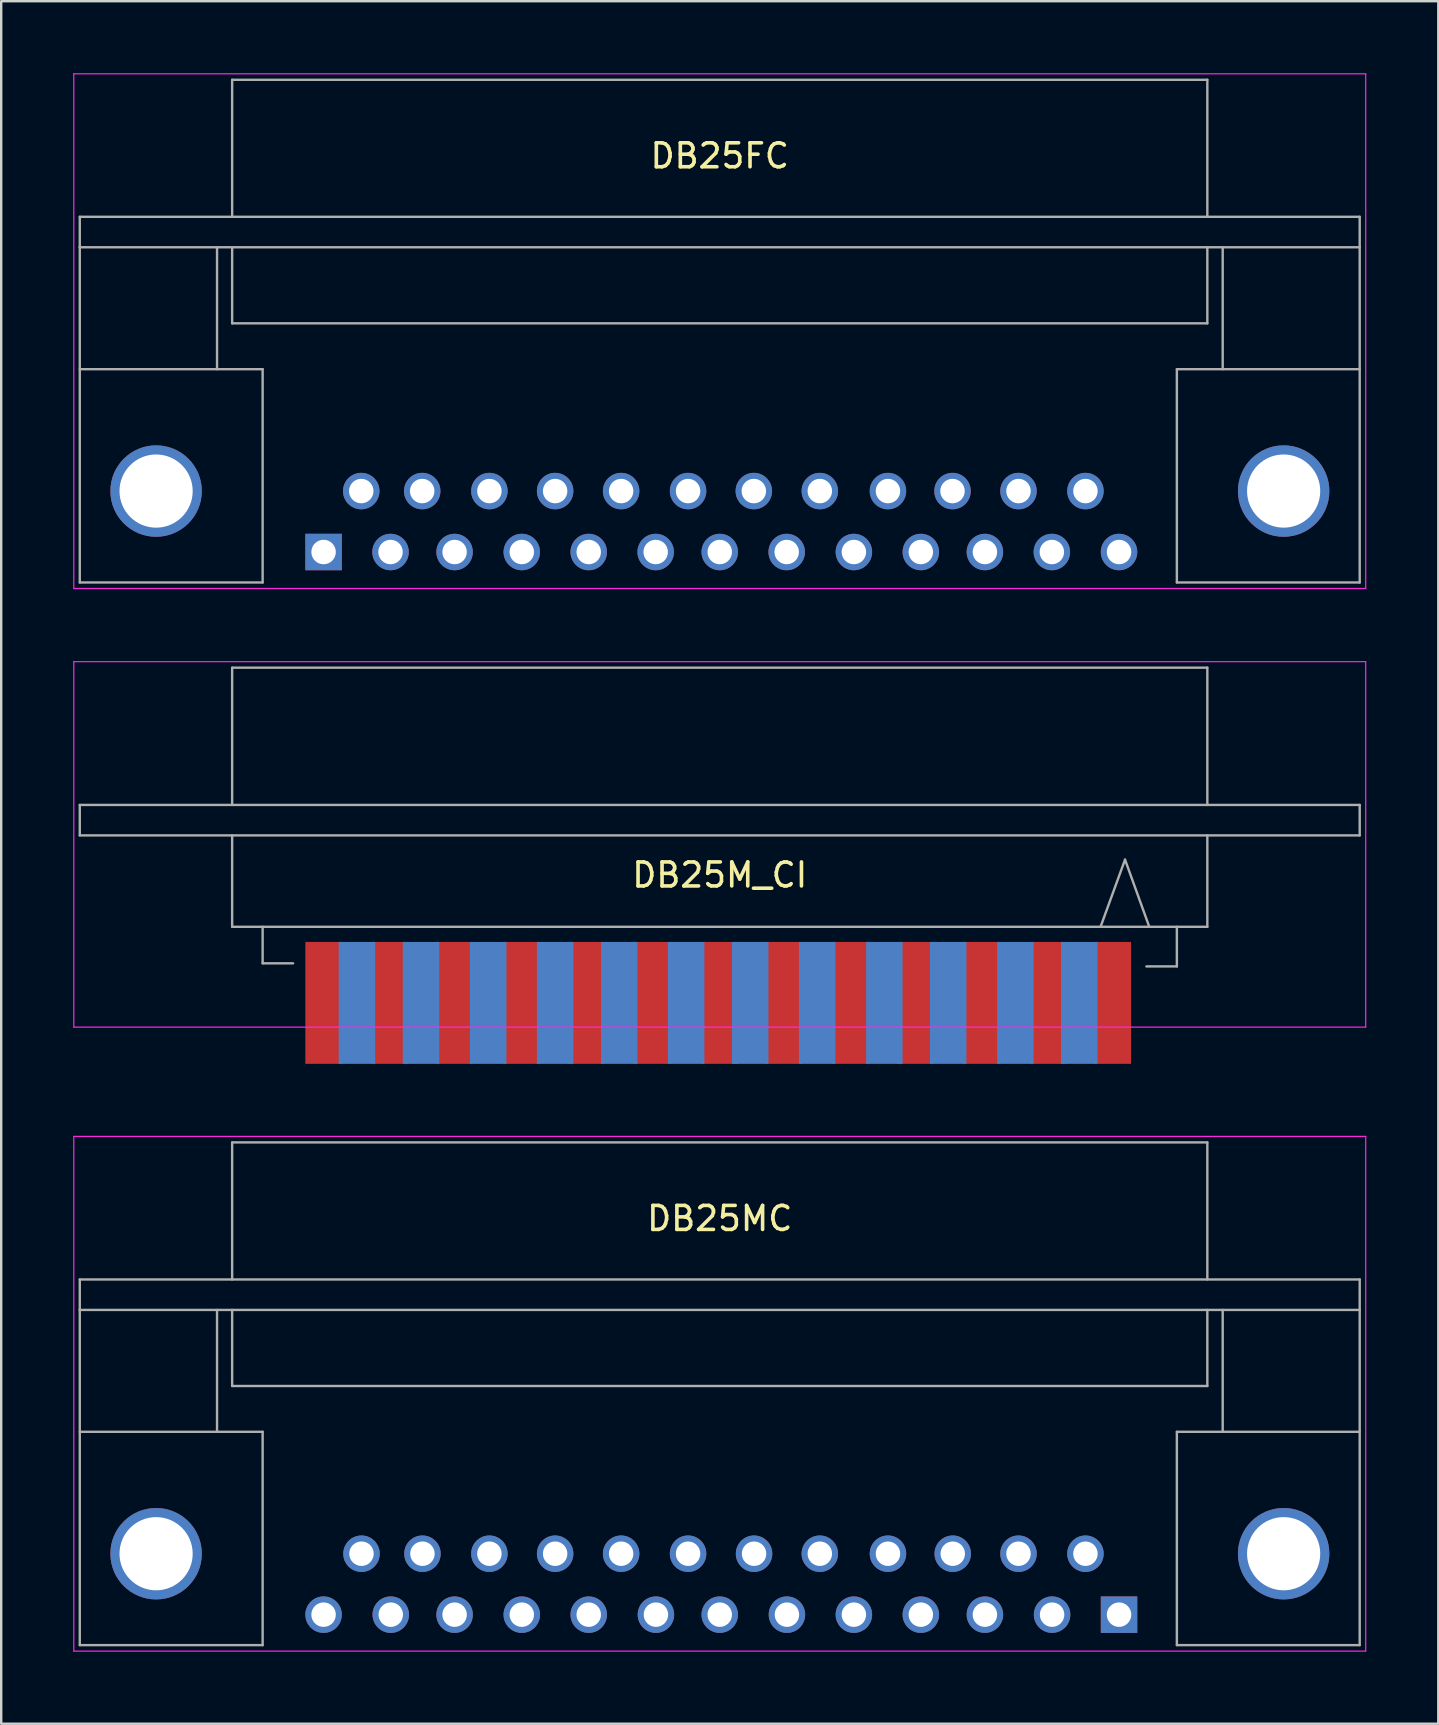
<source format=kicad_pcb>
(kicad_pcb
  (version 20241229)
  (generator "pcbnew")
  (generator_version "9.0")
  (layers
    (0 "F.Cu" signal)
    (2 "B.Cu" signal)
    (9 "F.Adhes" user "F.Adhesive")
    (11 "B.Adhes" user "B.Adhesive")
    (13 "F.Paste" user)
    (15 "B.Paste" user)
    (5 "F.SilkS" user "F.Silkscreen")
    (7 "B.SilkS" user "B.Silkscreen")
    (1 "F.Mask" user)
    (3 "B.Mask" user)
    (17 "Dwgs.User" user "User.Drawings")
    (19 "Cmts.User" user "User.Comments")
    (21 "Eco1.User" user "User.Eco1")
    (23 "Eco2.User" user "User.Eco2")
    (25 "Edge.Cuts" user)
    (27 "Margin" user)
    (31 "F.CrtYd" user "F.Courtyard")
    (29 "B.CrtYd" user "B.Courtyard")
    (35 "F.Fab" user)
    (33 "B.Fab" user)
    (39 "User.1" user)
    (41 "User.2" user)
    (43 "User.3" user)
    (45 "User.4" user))
  (footprint "DB25MC"
    (layer "F.Cu")
    (at 43.585 64.24)
    (property "Reference" "DB25MC" (at -16.64 -16.51 0) (layer "F.SilkS") (effects (font (size 1 1) (thickness 0.15))))
    (attr through_hole)
    (fp_line (start -43.56 -19.93) (end -43.56 1.52) (stroke (width 0.05) (type solid)) (layer "F.CrtYd"))
    (fp_line (start -43.56 -19.93) (end 10.28 -19.93) (stroke (width 0.05) (type solid)) (layer "F.CrtYd"))
    (fp_line (start 10.28 1.52) (end -43.56 1.52) (stroke (width 0.05) (type solid)) (layer "F.CrtYd"))
    (fp_line (start 10.28 1.52) (end 10.28 -19.93) (stroke (width 0.05) (type solid)) (layer "F.CrtYd"))
    (fp_line (start -43.31 -13.97) (end -43.31 -12.7) (stroke (width 0.1) (type solid)) (layer "F.Fab"))
    (fp_line (start -43.31 -12.7) (end 10.03 -12.7) (stroke (width 0.1) (type solid)) (layer "F.Fab"))
    (fp_line (start -43.31 -7.62) (end -35.69 -7.62) (stroke (width 0.1) (type solid)) (layer "F.Fab"))
    (fp_line (start -43.31 1.27) (end -43.31 -12.7) (stroke (width 0.1) (type solid)) (layer "F.Fab"))
    (fp_line (start -43.31 1.27) (end -35.69 1.27) (stroke (width 0.1) (type solid)) (layer "F.Fab"))
    (fp_line (start -37.59 -12.7) (end -37.59 -7.62) (stroke (width 0.1) (type solid)) (layer "F.Fab"))
    (fp_line (start -36.96 -19.68) (end -36.96 -13.97) (stroke (width 0.1) (type solid)) (layer "F.Fab"))
    (fp_line (start -36.96 -19.68) (end 3.68 -19.68) (stroke (width 0.1) (type solid)) (layer "F.Fab"))
    (fp_line (start -36.96 -9.53) (end -36.96 -12.7) (stroke (width 0.1) (type solid)) (layer "F.Fab"))
    (fp_line (start -36.96 -9.53) (end 3.68 -9.53) (stroke (width 0.1) (type solid)) (layer "F.Fab"))
    (fp_line (start -35.69 -7.62) (end -35.69 1.27) (stroke (width 0.1) (type solid)) (layer "F.Fab"))
    (fp_line (start 2.41 -7.62) (end 2.41 1.27) (stroke (width 0.1) (type solid)) (layer "F.Fab"))
    (fp_line (start 2.41 1.27) (end 10.03 1.27) (stroke (width 0.1) (type solid)) (layer "F.Fab"))
    (fp_line (start 3.68 -19.68) (end 3.68 -13.97) (stroke (width 0.1) (type solid)) (layer "F.Fab"))
    (fp_line (start 3.68 -9.53) (end 3.68 -12.7) (stroke (width 0.1) (type solid)) (layer "F.Fab"))
    (fp_line (start 4.32 -12.7) (end 4.32 -7.62) (stroke (width 0.1) (type solid)) (layer "F.Fab"))
    (fp_line (start 10.03 -13.97) (end -43.31 -13.97) (stroke (width 0.1) (type solid)) (layer "F.Fab"))
    (fp_line (start 10.03 -12.7) (end 10.03 -13.97) (stroke (width 0.1) (type solid)) (layer "F.Fab"))
    (fp_line (start 10.03 -12.7) (end 10.03 1.27) (stroke (width 0.1) (type solid)) (layer "F.Fab"))
    (fp_line (start 10.03 -7.62) (end 2.41 -7.62) (stroke (width 0.1) (type solid)) (layer "F.Fab"))
    (pad "" thru_hole circle (at -40.13 -2.54) (size 3.81 3.81) (drill 3.05) (layers "*.Cu" "*.Mask"))
    (pad "" thru_hole circle (at 6.86 -2.54) (size 3.81 3.81) (drill 3.05) (layers "*.Cu" "*.Mask"))
    (pad "1" thru_hole rect (at 0 0) (size 1.52 1.52) (drill 1.02) (layers "*.Cu" "*.Mask"))
    (pad "2" thru_hole circle (at -2.79 0) (size 1.52 1.52) (drill 1.02) (layers "*.Cu" "*.Mask"))
    (pad "3" thru_hole circle (at -5.59 0) (size 1.52 1.52) (drill 1.02) (layers "*.Cu" "*.Mask"))
    (pad "4" thru_hole circle (at -8.26 0) (size 1.52 1.52) (drill 1.02) (layers "*.Cu" "*.Mask"))
    (pad "5" thru_hole circle (at -11.05 0) (size 1.52 1.52) (drill 1.02) (layers "*.Cu" "*.Mask"))
    (pad "6" thru_hole circle (at -13.84 0) (size 1.52 1.52) (drill 1.02) (layers "*.Cu" "*.Mask"))
    (pad "7" thru_hole circle (at -16.64 0) (size 1.52 1.52) (drill 1.02) (layers "*.Cu" "*.Mask"))
    (pad "8" thru_hole circle (at -19.3 0) (size 1.52 1.52) (drill 1.02) (layers "*.Cu" "*.Mask"))
    (pad "9" thru_hole circle (at -22.1 0) (size 1.52 1.52) (drill 1.02) (layers "*.Cu" "*.Mask"))
    (pad "10" thru_hole circle (at -24.89 0) (size 1.52 1.52) (drill 1.02) (layers "*.Cu" "*.Mask"))
    (pad "11" thru_hole circle (at -27.69 0) (size 1.52 1.52) (drill 1.02) (layers "*.Cu" "*.Mask"))
    (pad "12" thru_hole circle (at -30.35 0) (size 1.52 1.52) (drill 1.02) (layers "*.Cu" "*.Mask"))
    (pad "13" thru_hole circle (at -33.15 0) (size 1.52 1.52) (drill 1.02) (layers "*.Cu" "*.Mask"))
    (pad "14" thru_hole circle (at -1.4 -2.54) (size 1.52 1.52) (drill 1.02) (layers "*.Cu" "*.Mask"))
    (pad "15" thru_hole circle (at -4.19 -2.54) (size 1.52 1.52) (drill 1.02) (layers "*.Cu" "*.Mask"))
    (pad "16" thru_hole circle (at -6.93 -2.54) (size 1.52 1.52) (drill 1.02) (layers "*.Cu" "*.Mask"))
    (pad "17" thru_hole circle (at -9.63 -2.54) (size 1.52 1.52) (drill 1.02) (layers "*.Cu" "*.Mask"))
    (pad "18" thru_hole circle (at -12.47 -2.54) (size 1.52 1.52) (drill 1.02) (layers "*.Cu" "*.Mask"))
    (pad "19" thru_hole circle (at -15.21 -2.54) (size 1.52 1.52) (drill 1.02) (layers "*.Cu" "*.Mask"))
    (pad "20" thru_hole circle (at -17.96 -2.54) (size 1.52 1.52) (drill 1.02) (layers "*.Cu" "*.Mask"))
    (pad "21" thru_hole circle (at -20.75 -2.54) (size 1.52 1.52) (drill 1.02) (layers "*.Cu" "*.Mask"))
    (pad "22" thru_hole circle (at -23.5 -2.54) (size 1.52 1.52) (drill 1.02) (layers "*.Cu" "*.Mask"))
    (pad "23" thru_hole circle (at -26.24 -2.54) (size 1.52 1.52) (drill 1.02) (layers "*.Cu" "*.Mask"))
    (pad "24" thru_hole circle (at -29.03 -2.54) (size 1.52 1.52) (drill 1.02) (layers "*.Cu" "*.Mask"))
    (pad "25" thru_hole circle (at -31.57 -2.54) (size 1.52 1.52) (drill 1.02) (layers "*.Cu" "*.Mask")))
  (footprint "DB25FC"
    (layer "F.Cu")
    (at 10.435 19.955)
    (property "Reference" "DB25FC" (at 16.51 -16.51 0) (layer "F.SilkS") (effects (font (size 1 1) (thickness 0.15))))
    (attr through_hole)
    (fp_line (start -10.41 -19.93) (end -10.41 1.52) (stroke (width 0.05) (type solid)) (layer "F.CrtYd"))
    (fp_line (start -10.41 -19.93) (end 43.43 -19.93) (stroke (width 0.05) (type solid)) (layer "F.CrtYd"))
    (fp_line (start 43.43 1.52) (end -10.41 1.52) (stroke (width 0.05) (type solid)) (layer "F.CrtYd"))
    (fp_line (start 43.43 1.52) (end 43.43 -19.93) (stroke (width 0.05) (type solid)) (layer "F.CrtYd"))
    (fp_line (start -10.16 -13.97) (end -10.16 -12.7) (stroke (width 0.1) (type solid)) (layer "F.Fab"))
    (fp_line (start -10.16 -12.7) (end 43.18 -12.7) (stroke (width 0.1) (type solid)) (layer "F.Fab"))
    (fp_line (start -10.16 -7.62) (end -2.54 -7.62) (stroke (width 0.1) (type solid)) (layer "F.Fab"))
    (fp_line (start -10.16 1.27) (end -10.16 -12.7) (stroke (width 0.1) (type solid)) (layer "F.Fab"))
    (fp_line (start -10.16 1.27) (end -2.54 1.27) (stroke (width 0.1) (type solid)) (layer "F.Fab"))
    (fp_line (start -4.44 -12.7) (end -4.44 -7.62) (stroke (width 0.1) (type solid)) (layer "F.Fab"))
    (fp_line (start -3.81 -19.68) (end -3.81 -13.97) (stroke (width 0.1) (type solid)) (layer "F.Fab"))
    (fp_line (start -3.81 -19.68) (end 36.83 -19.68) (stroke (width 0.1) (type solid)) (layer "F.Fab"))
    (fp_line (start -3.81 -9.53) (end -3.81 -12.7) (stroke (width 0.1) (type solid)) (layer "F.Fab"))
    (fp_line (start -3.81 -9.53) (end 36.83 -9.53) (stroke (width 0.1) (type solid)) (layer "F.Fab"))
    (fp_line (start -2.54 -7.62) (end -2.54 1.27) (stroke (width 0.1) (type solid)) (layer "F.Fab"))
    (fp_line (start 35.56 -7.62) (end 35.56 1.27) (stroke (width 0.1) (type solid)) (layer "F.Fab"))
    (fp_line (start 35.56 1.27) (end 43.18 1.27) (stroke (width 0.1) (type solid)) (layer "F.Fab"))
    (fp_line (start 36.83 -19.68) (end 36.83 -13.97) (stroke (width 0.1) (type solid)) (layer "F.Fab"))
    (fp_line (start 36.83 -9.53) (end 36.83 -12.7) (stroke (width 0.1) (type solid)) (layer "F.Fab"))
    (fp_line (start 37.47 -12.7) (end 37.47 -7.62) (stroke (width 0.1) (type solid)) (layer "F.Fab"))
    (fp_line (start 43.18 -13.97) (end -10.16 -13.97) (stroke (width 0.1) (type solid)) (layer "F.Fab"))
    (fp_line (start 43.18 -12.7) (end 43.18 -13.97) (stroke (width 0.1) (type solid)) (layer "F.Fab"))
    (fp_line (start 43.18 -12.7) (end 43.18 1.27) (stroke (width 0.1) (type solid)) (layer "F.Fab"))
    (fp_line (start 43.18 -7.62) (end 35.56 -7.62) (stroke (width 0.1) (type solid)) (layer "F.Fab"))
    (pad "" thru_hole circle (at -6.98 -2.54) (size 3.81 3.81) (drill 3.05) (layers "*.Cu" "*.Mask"))
    (pad "" thru_hole circle (at 40.01 -2.54) (size 3.81 3.81) (drill 3.05) (layers "*.Cu" "*.Mask"))
    (pad "1" thru_hole rect (at 0 0) (size 1.52 1.52) (drill 1.02) (layers "*.Cu" "*.Mask"))
    (pad "2" thru_hole circle (at 2.79 0) (size 1.52 1.52) (drill 1.02) (layers "*.Cu" "*.Mask"))
    (pad "3" thru_hole circle (at 5.46 0) (size 1.52 1.52) (drill 1.02) (layers "*.Cu" "*.Mask"))
    (pad "4" thru_hole circle (at 8.26 0) (size 1.52 1.52) (drill 1.02) (layers "*.Cu" "*.Mask"))
    (pad "5" thru_hole circle (at 11.05 0) (size 1.52 1.52) (drill 1.02) (layers "*.Cu" "*.Mask"))
    (pad "6" thru_hole circle (at 13.84 0) (size 1.52 1.52) (drill 1.02) (layers "*.Cu" "*.Mask"))
    (pad "7" thru_hole circle (at 16.51 0) (size 1.52 1.52) (drill 1.02) (layers "*.Cu" "*.Mask"))
    (pad "8" thru_hole circle (at 19.3 0) (size 1.52 1.52) (drill 1.02) (layers "*.Cu" "*.Mask"))
    (pad "9" thru_hole circle (at 22.1 0) (size 1.52 1.52) (drill 1.02) (layers "*.Cu" "*.Mask"))
    (pad "10" thru_hole circle (at 24.89 0) (size 1.52 1.52) (drill 1.02) (layers "*.Cu" "*.Mask"))
    (pad "11" thru_hole circle (at 27.56 0) (size 1.52 1.52) (drill 1.02) (layers "*.Cu" "*.Mask"))
    (pad "12" thru_hole circle (at 30.35 0) (size 1.52 1.52) (drill 1.02) (layers "*.Cu" "*.Mask"))
    (pad "13" thru_hole circle (at 33.15 0) (size 1.52 1.52) (drill 1.02) (layers "*.Cu" "*.Mask"))
    (pad "14" thru_hole circle (at 1.57 -2.54) (size 1.52 1.52) (drill 1.02) (layers "*.Cu" "*.Mask"))
    (pad "15" thru_hole circle (at 4.11 -2.54) (size 1.52 1.52) (drill 1.02) (layers "*.Cu" "*.Mask"))
    (pad "16" thru_hole circle (at 6.91 -2.54) (size 1.52 1.52) (drill 1.02) (layers "*.Cu" "*.Mask"))
    (pad "17" thru_hole circle (at 9.65 -2.54) (size 1.52 1.52) (drill 1.02) (layers "*.Cu" "*.Mask"))
    (pad "18" thru_hole circle (at 12.4 -2.54) (size 1.52 1.52) (drill 1.02) (layers "*.Cu" "*.Mask"))
    (pad "19" thru_hole circle (at 15.19 -2.54) (size 1.52 1.52) (drill 1.02) (layers "*.Cu" "*.Mask"))
    (pad "20" thru_hole circle (at 17.93 -2.54) (size 1.52 1.52) (drill 1.02) (layers "*.Cu" "*.Mask"))
    (pad "21" thru_hole circle (at 20.68 -2.54) (size 1.52 1.52) (drill 1.02) (layers "*.Cu" "*.Mask"))
    (pad "22" thru_hole circle (at 23.52 -2.54) (size 1.52 1.52) (drill 1.02) (layers "*.Cu" "*.Mask"))
    (pad "23" thru_hole circle (at 26.21 -2.54) (size 1.52 1.52) (drill 1.02) (layers "*.Cu" "*.Mask"))
    (pad "24" thru_hole circle (at 28.96 -2.54) (size 1.52 1.52) (drill 1.02) (layers "*.Cu" "*.Mask"))
    (pad "25" thru_hole circle (at 31.75 -2.54) (size 1.52 1.52) (drill 1.02) (layers "*.Cu" "*.Mask")))
  (footprint "DB25M_CI"
    (layer "F.Cu")
    (at 43.325 38.745)
    (property "Reference" "DB25M_CI" (at -16.38 -5.33 180) (layer "F.SilkS") (effects (font (size 1 1) (thickness 0.15))))
    (attr through_hole)
    (fp_line (start -43.3 -14.22) (end -43.3 1.01) (stroke (width 0.05) (type solid)) (layer "F.CrtYd"))
    (fp_line (start -43.3 -14.22) (end 10.54 -14.22) (stroke (width 0.05) (type solid)) (layer "F.CrtYd"))
    (fp_line (start 10.54 1.01) (end -43.3 1.01) (stroke (width 0.05) (type solid)) (layer "F.CrtYd"))
    (fp_line (start 10.54 1.01) (end 10.54 -14.22) (stroke (width 0.05) (type solid)) (layer "F.CrtYd"))
    (fp_line (start -43.05 -8.25) (end -43.05 -6.98) (stroke (width 0.1) (type solid)) (layer "F.Fab"))
    (fp_line (start -43.05 -6.98) (end 10.29 -6.98) (stroke (width 0.1) (type solid)) (layer "F.Fab"))
    (fp_line (start -36.7 -13.97) (end 3.94 -13.97) (stroke (width 0.1) (type solid)) (layer "F.Fab"))
    (fp_line (start -36.7 -8.25) (end -36.7 -13.97) (stroke (width 0.1) (type solid)) (layer "F.Fab"))
    (fp_line (start -36.7 -3.17) (end -36.7 -6.98) (stroke (width 0.1) (type solid)) (layer "F.Fab"))
    (fp_line (start -35.43 -3.17) (end -35.43 -1.65) (stroke (width 0.1) (type solid)) (layer "F.Fab"))
    (fp_line (start -35.43 -1.65) (end -34.16 -1.65) (stroke (width 0.1) (type solid)) (layer "F.Fab"))
    (fp_line (start -0.51 -3.17) (end 0.51 -5.97) (stroke (width 0.1) (type solid)) (layer "F.Fab"))
    (fp_line (start 0.51 -5.97) (end 1.52 -3.17) (stroke (width 0.1) (type solid)) (layer "F.Fab"))
    (fp_line (start 2.67 -3.17) (end 2.67 -1.52) (stroke (width 0.1) (type solid)) (layer "F.Fab"))
    (fp_line (start 2.67 -1.52) (end 1.4 -1.52) (stroke (width 0.1) (type solid)) (layer "F.Fab"))
    (fp_line (start 3.94 -13.97) (end 3.94 -8.25) (stroke (width 0.1) (type solid)) (layer "F.Fab"))
    (fp_line (start 3.94 -6.98) (end 3.94 -3.17) (stroke (width 0.1) (type solid)) (layer "F.Fab"))
    (fp_line (start 3.94 -3.17) (end -36.7 -3.17) (stroke (width 0.1) (type solid)) (layer "F.Fab"))
    (fp_line (start 10.29 -8.25) (end -43.05 -8.25) (stroke (width 0.1) (type solid)) (layer "F.Fab"))
    (fp_line (start 10.29 -8.25) (end 10.29 -6.98) (stroke (width 0.1) (type solid)) (layer "F.Fab"))
    (pad "1" connect rect (at 0 0 90) (size 5.08 1.52) (layers "F.Cu" "F.Mask"))
    (pad "2" connect rect (at -2.67 0 90) (size 5.08 1.52) (layers "F.Cu" "F.Mask"))
    (pad "3" connect rect (at -5.46 0 90) (size 5.08 1.52) (layers "F.Cu" "F.Mask"))
    (pad "4" connect rect (at -8.25 0 90) (size 5.08 1.52) (layers "F.Cu" "F.Mask"))
    (pad "5" connect rect (at -10.92 0 90) (size 5.08 1.52) (layers "F.Cu" "F.Mask"))
    (pad "6" connect rect (at -13.72 0 90) (size 5.08 1.52) (layers "F.Cu" "F.Mask"))
    (pad "7" connect rect (at -16.38 0 90) (size 5.08 1.52) (layers "F.Cu" "F.Mask"))
    (pad "8" connect rect (at -19.18 0 90) (size 5.08 1.52) (layers "F.Cu" "F.Mask"))
    (pad "9" connect rect (at -21.97 0 90) (size 5.08 1.52) (layers "F.Cu" "F.Mask"))
    (pad "10" connect rect (at -24.64 0 90) (size 5.08 1.52) (layers "F.Cu" "F.Mask"))
    (pad "11" connect rect (at -27.43 0 90) (size 5.08 1.52) (layers "F.Cu" "F.Mask"))
    (pad "12" connect rect (at -30.1 0 90) (size 5.08 1.52) (layers "F.Cu" "F.Mask"))
    (pad "13" connect rect (at -32.89 0 90) (size 5.08 1.52) (layers "F.Cu" "F.Mask"))
    (pad "14" connect rect (at -1.4 0 90) (size 5.08 1.52) (layers "B.Cu" "B.Mask"))
    (pad "15" connect rect (at -4.06 0 90) (size 5.08 1.52) (layers "B.Cu" "B.Mask"))
    (pad "16" connect rect (at -6.86 0 90) (size 5.08 1.52) (layers "B.Cu" "B.Mask"))
    (pad "17" connect rect (at -9.52 0 90) (size 5.08 1.52) (layers "B.Cu" "B.Mask"))
    (pad "18" connect rect (at -12.32 0 90) (size 5.08 1.52) (layers "B.Cu" "B.Mask"))
    (pad "19" connect rect (at -15.11 0 90) (size 5.08 1.52) (layers "B.Cu" "B.Mask"))
    (pad "20" connect rect (at -17.78 0 90) (size 5.08 1.52) (layers "B.Cu" "B.Mask"))
    (pad "21" connect rect (at -20.57 0 90) (size 5.08 1.52) (layers "B.Cu" "B.Mask"))
    (pad "22" connect rect (at -23.24 0 90) (size 5.08 1.52) (layers "B.Cu" "B.Mask"))
    (pad "23" connect rect (at -26.03 0 90) (size 5.08 1.52) (layers "B.Cu" "B.Mask"))
    (pad "24" connect rect (at -28.83 0 90) (size 5.08 1.52) (layers "B.Cu" "B.Mask"))
    (pad "25" connect rect (at -31.5 0 90) (size 5.08 1.52) (layers "B.Cu" "B.Mask")))
  (gr_rect
    (start -3 -3)
    (end 56.89 68.785)
    (stroke (width 0.1) (type default))
    (fill no)
    (layer "Edge.Cuts")))
</source>
